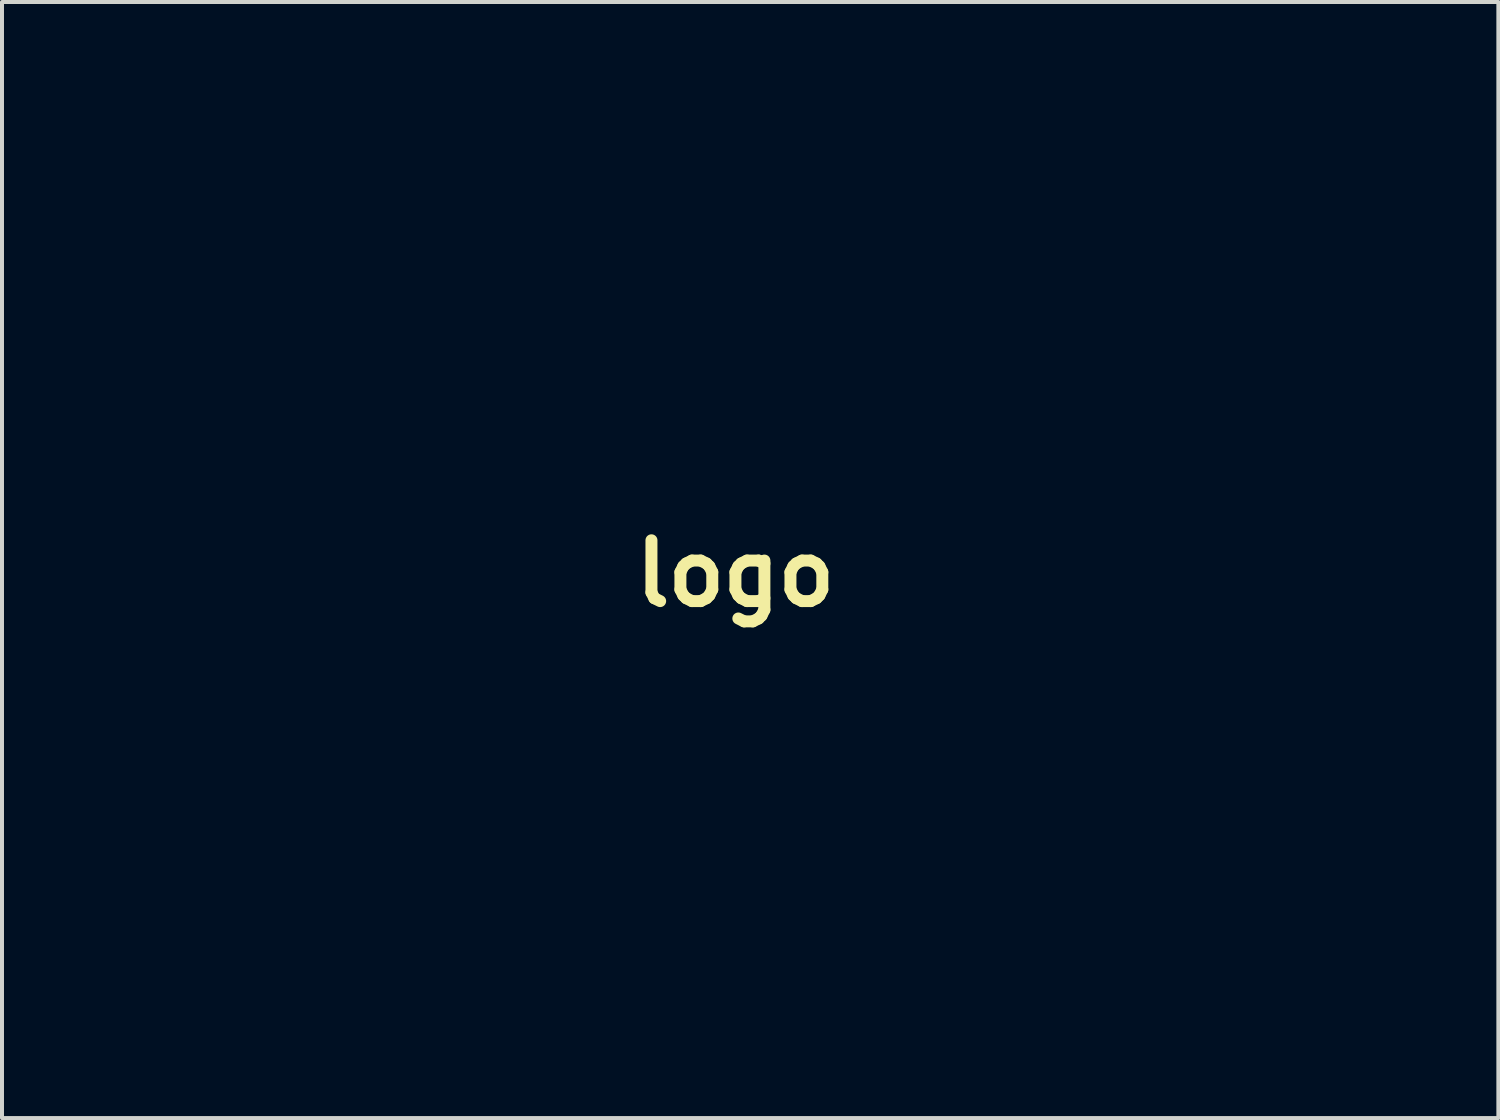
<source format=kicad_pcb>
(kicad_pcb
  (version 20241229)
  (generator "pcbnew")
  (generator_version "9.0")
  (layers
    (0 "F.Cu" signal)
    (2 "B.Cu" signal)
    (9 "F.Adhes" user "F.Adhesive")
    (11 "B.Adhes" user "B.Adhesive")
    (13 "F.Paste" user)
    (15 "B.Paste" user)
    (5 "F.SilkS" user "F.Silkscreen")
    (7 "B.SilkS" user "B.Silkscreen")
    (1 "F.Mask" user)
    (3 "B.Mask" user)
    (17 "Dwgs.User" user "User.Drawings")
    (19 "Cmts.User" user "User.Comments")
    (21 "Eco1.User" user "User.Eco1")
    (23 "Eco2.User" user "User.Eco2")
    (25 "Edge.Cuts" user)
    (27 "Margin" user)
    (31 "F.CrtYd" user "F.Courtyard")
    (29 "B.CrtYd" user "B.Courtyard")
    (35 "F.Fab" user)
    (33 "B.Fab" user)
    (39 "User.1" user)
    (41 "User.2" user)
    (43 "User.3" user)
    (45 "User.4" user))
  (footprint "logo"
    (layer "F.Cu")
    (at 15.381 11.325)
    (property "Reference" "logo" (at 0 0 0) (layer "F.SilkS") (effects (font (size 1.524 1.524) (thickness 0.3))))
    (attr through_hole)
    (fp_poly (pts (xy -14.422 5.771) (xy -14.436 5.786) (xy -14.45 5.771) (xy -14.436 5.757) (xy -14.422 5.771)) (stroke (width 0.01) (type solid)) (fill no) (layer "Eco2.User"))
    (fp_poly (pts (xy -14.422 5.997) (xy -14.436 6.011) (xy -14.45 5.997) (xy -14.436 5.983) (xy -14.422 5.997)) (stroke (width 0.01) (type solid)) (fill no) (layer "Eco2.User"))
    (fp_poly (pts (xy -14.422 6.223) (xy -14.436 6.237) (xy -14.45 6.223) (xy -14.436 6.209) (xy -14.422 6.223)) (stroke (width 0.01) (type solid)) (fill no) (layer "Eco2.User"))
    (fp_poly (pts (xy -14.422 6.336) (xy -14.436 6.35) (xy -14.45 6.336) (xy -14.436 6.322) (xy -14.422 6.336)) (stroke (width 0.01) (type solid)) (fill no) (layer "Eco2.User"))
    (fp_poly (pts (xy -14.422 6.562) (xy -14.436 6.576) (xy -14.45 6.562) (xy -14.436 6.548) (xy -14.422 6.562)) (stroke (width 0.01) (type solid)) (fill no) (layer "Eco2.User"))
    (fp_poly (pts (xy -14.422 6.787) (xy -14.436 6.802) (xy -14.45 6.787) (xy -14.436 6.773) (xy -14.422 6.787)) (stroke (width 0.01) (type solid)) (fill no) (layer "Eco2.User"))
    (fp_poly (pts (xy -14.422 6.9) (xy -14.436 6.914) (xy -14.45 6.9) (xy -14.436 6.886) (xy -14.422 6.9)) (stroke (width 0.01) (type solid)) (fill no) (layer "Eco2.User"))
    (fp_poly (pts (xy -14.422 7.352) (xy -14.436 7.366) (xy -14.45 7.352) (xy -14.436 7.338) (xy -14.422 7.352)) (stroke (width 0.01) (type solid)) (fill no) (layer "Eco2.User"))
    (fp_poly (pts (xy -14.422 7.578) (xy -14.436 7.592) (xy -14.45 7.578) (xy -14.436 7.564) (xy -14.422 7.578)) (stroke (width 0.01) (type solid)) (fill no) (layer "Eco2.User"))
    (fp_poly (pts (xy -14.422 7.916) (xy -14.436 7.93) (xy -14.45 7.916) (xy -14.436 7.902) (xy -14.422 7.916)) (stroke (width 0.01) (type solid)) (fill no) (layer "Eco2.User"))
    (fp_poly (pts (xy -14.422 8.142) (xy -14.436 8.156) (xy -14.45 8.142) (xy -14.436 8.128) (xy -14.422 8.142)) (stroke (width 0.01) (type solid)) (fill no) (layer "Eco2.User"))
    (fp_poly (pts (xy -14.422 8.481) (xy -14.436 8.495) (xy -14.45 8.481) (xy -14.436 8.467) (xy -14.422 8.481)) (stroke (width 0.01) (type solid)) (fill no) (layer "Eco2.User"))
    (fp_poly (pts (xy -14.422 8.707) (xy -14.436 8.721) (xy -14.45 8.707) (xy -14.436 8.692) (xy -14.422 8.707)) (stroke (width 0.01) (type solid)) (fill no) (layer "Eco2.User"))
    (fp_poly (pts (xy -14.422 8.932) (xy -14.436 8.946) (xy -14.45 8.932) (xy -14.436 8.918) (xy -14.422 8.932)) (stroke (width 0.01) (type solid)) (fill no) (layer "Eco2.User"))
    (fp_poly (pts (xy -14.422 9.045) (xy -14.436 9.059) (xy -14.45 9.045) (xy -14.436 9.031) (xy -14.422 9.045)) (stroke (width 0.01) (type solid)) (fill no) (layer "Eco2.User"))
    (fp_poly (pts (xy -14.422 9.271) (xy -14.436 9.285) (xy -14.45 9.271) (xy -14.436 9.257) (xy -14.422 9.271)) (stroke (width 0.01) (type solid)) (fill no) (layer "Eco2.User"))
    (fp_poly (pts (xy -7.874 8.876) (xy -7.888 8.89) (xy -7.902 8.876) (xy -7.888 8.862) (xy -7.874 8.876)) (stroke (width 0.01) (type solid)) (fill no) (layer "Eco2.User"))
    (fp_poly (pts (xy -3.584 10.626) (xy -3.598 10.64) (xy -3.612 10.626) (xy -3.598 10.612) (xy -3.584 10.626)) (stroke (width 0.01) (type solid)) (fill no) (layer "Eco2.User"))
    (fp_poly (pts (xy -3.02 10.061) (xy -3.034 10.075) (xy -3.048 10.061) (xy -3.034 10.047) (xy -3.02 10.061)) (stroke (width 0.01) (type solid)) (fill no) (layer "Eco2.User"))
    (fp_poly (pts (xy 4.318 -2.131) (xy 4.304 -2.117) (xy 4.29 -2.131) (xy 4.304 -2.145) (xy 4.318 -2.131)) (stroke (width 0.01) (type solid)) (fill no) (layer "Eco2.User"))
    (fp_poly (pts (xy 4.657 -5.179) (xy 4.643 -5.165) (xy 4.628 -5.179) (xy 4.643 -5.193) (xy 4.657 -5.179)) (stroke (width 0.01) (type solid)) (fill no) (layer "Eco2.User"))
    (fp_poly (pts (xy 5.221 -4.191) (xy 5.207 -4.177) (xy 5.193 -4.191) (xy 5.207 -4.205) (xy 5.221 -4.191)) (stroke (width 0.01) (type solid)) (fill no) (layer "Eco2.User"))
    (fp_poly (pts (xy 5.221 9.61) (xy 5.207 9.624) (xy 5.193 9.61) (xy 5.207 9.596) (xy 5.221 9.61)) (stroke (width 0.01) (type solid)) (fill no) (layer "Eco2.User"))
    (fp_poly (pts (xy 12.559 -2.469) (xy 12.545 -2.455) (xy 12.531 -2.469) (xy 12.545 -2.484) (xy 12.559 -2.469)) (stroke (width 0.01) (type solid)) (fill no) (layer "Eco2.User"))
    (fp_poly (pts (xy 13.236 -3.824) (xy 13.222 -3.81) (xy 13.208 -3.824) (xy 13.222 -3.838) (xy 13.236 -3.824)) (stroke (width 0.01) (type solid)) (fill no) (layer "Eco2.User"))
    (fp_poly (pts (xy 13.236 -3.485) (xy 13.222 -3.471) (xy 13.208 -3.485) (xy 13.222 -3.5) (xy 13.236 -3.485)) (stroke (width 0.01) (type solid)) (fill no) (layer "Eco2.User"))
    (fp_poly (pts (xy 10.208 -3.929) (xy 10.349 -3.879) (xy 10.432 -3.835) (xy 10.491 -3.795) (xy 10.511 -3.773) (xy 10.519 -3.731) (xy 10.531 -3.648) (xy 10.546 -3.541) (xy 10.551 -3.506) (xy 10.601 -3.26) (xy 10.684 -3.048) (xy 10.773 -2.899) (xy 10.846 -2.792) (xy 10.787 -2.673) (xy 10.689 -2.528) (xy 10.553 -2.393) (xy 10.397 -2.288) (xy 10.388 -2.283) (xy 10.278 -2.245) (xy 10.134 -2.219) (xy 9.977 -2.207) (xy 9.829 -2.211) (xy 9.712 -2.232) (xy 9.529 -2.316) (xy 9.366 -2.448) (xy 9.232 -2.617) (xy 9.196 -2.681) (xy 9.163 -2.753) (xy 9.143 -2.826) (xy 9.133 -2.919) (xy 9.13 -3.047) (xy 9.13 -3.076) (xy 9.132 -3.21) (xy 9.14 -3.305) (xy 9.157 -3.38) (xy 9.187 -3.451) (xy 9.205 -3.485) (xy 9.305 -3.636) (xy 9.437 -3.76) (xy 9.614 -3.869) (xy 9.621 -3.872) (xy 9.806 -3.937) (xy 10.007 -3.956) (xy 10.208 -3.929)) (stroke (width 0.01) (type solid)) (fill no) (layer "Eco2.User"))
    (fp_poly (pts (xy 14.102 -7.675) (xy 14.309 -7.666) (xy 14.476 -7.637) (xy 14.621 -7.582) (xy 14.759 -7.496) (xy 14.868 -7.407) (xy 15.044 -7.225) (xy 15.168 -7.031) (xy 15.244 -6.816) (xy 15.277 -6.572) (xy 15.278 -6.46) (xy 15.272 -6.319) (xy 15.255 -6.212) (xy 15.225 -6.114) (xy 15.198 -6.051) (xy 15.147 -5.953) (xy 15.082 -5.849) (xy 15.013 -5.75) (xy 14.949 -5.671) (xy 14.9 -5.624) (xy 14.891 -5.62) (xy 14.853 -5.593) (xy 14.82 -5.563) (xy 14.738 -5.503) (xy 14.619 -5.442) (xy 14.481 -5.388) (xy 14.34 -5.348) (xy 14.28 -5.336) (xy 14.168 -5.318) (xy 14.088 -5.311) (xy 14.019 -5.314) (xy 13.937 -5.327) (xy 13.843 -5.348) (xy 13.593 -5.429) (xy 13.376 -5.555) (xy 13.195 -5.719) (xy 13.053 -5.916) (xy 12.956 -6.142) (xy 12.907 -6.392) (xy 12.903 -6.587) (xy 12.944 -6.835) (xy 13.035 -7.064) (xy 13.173 -7.267) (xy 13.354 -7.441) (xy 13.574 -7.579) (xy 13.651 -7.614) (xy 13.731 -7.644) (xy 13.813 -7.662) (xy 13.913 -7.672) (xy 14.048 -7.675) (xy 14.102 -7.675)) (stroke (width 0.01) (type solid)) (fill no) (layer "Eco2.User"))
    (fp_poly (pts (xy 6.252 -7.765) (xy 6.333 -7.734) (xy 6.391 -7.707) (xy 6.481 -7.661) (xy 6.547 -7.62) (xy 6.575 -7.594) (xy 6.576 -7.592) (xy 6.598 -7.566) (xy 6.611 -7.564) (xy 6.651 -7.542) (xy 6.709 -7.485) (xy 6.775 -7.407) (xy 6.838 -7.321) (xy 6.887 -7.241) (xy 6.913 -7.182) (xy 6.915 -7.17) (xy 6.927 -7.114) (xy 6.955 -7.049) (xy 7.007 -6.896) (xy 7.017 -6.716) (xy 6.984 -6.507) (xy 6.926 -6.312) (xy 6.88 -6.22) (xy 6.805 -6.115) (xy 6.712 -6.006) (xy 6.611 -5.903) (xy 6.51 -5.816) (xy 6.421 -5.755) (xy 6.352 -5.729) (xy 6.348 -5.729) (xy 6.291 -5.719) (xy 6.214 -5.693) (xy 6.199 -5.687) (xy 6.099 -5.661) (xy 5.968 -5.649) (xy 5.83 -5.65) (xy 5.706 -5.665) (xy 5.63 -5.688) (xy 5.556 -5.716) (xy 5.498 -5.728) (xy 5.418 -5.752) (xy 5.32 -5.815) (xy 5.213 -5.908) (xy 5.106 -6.019) (xy 5.01 -6.141) (xy 4.934 -6.263) (xy 4.922 -6.289) (xy 4.885 -6.372) (xy 4.872 -6.432) (xy 4.89 -6.48) (xy 4.943 -6.527) (xy 5.037 -6.585) (xy 5.09 -6.615) (xy 5.348 -6.786) (xy 5.594 -7) (xy 5.815 -7.242) (xy 5.997 -7.501) (xy 6.028 -7.554) (xy 6.094 -7.668) (xy 6.145 -7.737) (xy 6.194 -7.768) (xy 6.252 -7.765)) (stroke (width 0.01) (type solid)) (fill no) (layer "Eco2.User"))
    (fp_poly (pts (xy 2.588 0.162) (xy 2.808 0.247) (xy 3.008 0.379) (xy 3.183 0.554) (xy 3.28 0.691) (xy 3.354 0.843) (xy 3.397 1.008) (xy 3.412 1.203) (xy 3.41 1.317) (xy 3.38 1.552) (xy 3.308 1.755) (xy 3.19 1.936) (xy 3.102 2.031) (xy 2.961 2.155) (xy 2.826 2.242) (xy 2.673 2.302) (xy 2.59 2.325) (xy 2.39 2.361) (xy 2.202 2.361) (xy 2.001 2.324) (xy 1.99 2.321) (xy 1.899 2.295) (xy 1.832 2.272) (xy 1.806 2.257) (xy 1.774 2.233) (xy 1.712 2.196) (xy 1.695 2.188) (xy 1.591 2.116) (xy 1.486 2.013) (xy 1.388 1.893) (xy 1.309 1.767) (xy 1.257 1.65) (xy 1.242 1.569) (xy 1.231 1.509) (xy 1.214 1.482) (xy 1.2 1.447) (xy 1.19 1.371) (xy 1.186 1.268) (xy 1.185 1.242) (xy 1.189 1.135) (xy 1.198 1.051) (xy 1.21 1.005) (xy 1.214 1.002) (xy 1.235 0.963) (xy 1.242 0.911) (xy 1.256 0.843) (xy 1.292 0.756) (xy 1.315 0.713) (xy 1.372 0.628) (xy 1.444 0.537) (xy 1.52 0.451) (xy 1.59 0.383) (xy 1.644 0.344) (xy 1.66 0.339) (xy 1.691 0.322) (xy 1.693 0.313) (xy 1.718 0.291) (xy 1.781 0.256) (xy 1.871 0.215) (xy 1.884 0.21) (xy 2.12 0.141) (xy 2.357 0.126) (xy 2.588 0.162)) (stroke (width 0.01) (type solid)) (fill no) (layer "Eco2.User"))
    (fp_poly (pts (xy 8.126 -2.256) (xy 8.15 -2.242) (xy 8.213 -2.198) (xy 8.213 1.705) (xy 8.213 2.253) (xy 8.213 2.748) (xy 8.212 3.191) (xy 8.212 3.587) (xy 8.211 3.938) (xy 8.211 4.246) (xy 8.21 4.514) (xy 8.208 4.745) (xy 8.207 4.942) (xy 8.205 5.108) (xy 8.202 5.245) (xy 8.199 5.357) (xy 8.196 5.445) (xy 8.192 5.514) (xy 8.188 5.564) (xy 8.183 5.601) (xy 8.177 5.625) (xy 8.171 5.641) (xy 8.165 5.65) (xy 8.163 5.651) (xy 8.069 5.706) (xy 7.97 5.706) (xy 7.917 5.685) (xy 7.853 5.645) (xy 7.812 5.609) (xy 7.812 5.608) (xy 7.809 5.576) (xy 7.807 5.491) (xy 7.804 5.356) (xy 7.802 5.174) (xy 7.8 4.95) (xy 7.798 4.684) (xy 7.796 4.383) (xy 7.794 4.047) (xy 7.793 3.681) (xy 7.792 3.288) (xy 7.791 2.872) (xy 7.79 2.434) (xy 7.79 1.98) (xy 7.79 1.7) (xy 7.79 1.155) (xy 7.79 0.664) (xy 7.79 0.223) (xy 7.79 -0.169) (xy 7.79 -0.517) (xy 7.791 -0.822) (xy 7.792 -1.087) (xy 7.793 -1.316) (xy 7.795 -1.511) (xy 7.797 -1.675) (xy 7.799 -1.811) (xy 7.802 -1.921) (xy 7.805 -2.009) (xy 7.809 -2.077) (xy 7.813 -2.128) (xy 7.818 -2.165) (xy 7.824 -2.191) (xy 7.83 -2.208) (xy 7.837 -2.22) (xy 7.845 -2.229) (xy 7.846 -2.23) (xy 7.926 -2.274) (xy 8.028 -2.284) (xy 8.126 -2.256)) (stroke (width 0.01) (type solid)) (fill no) (layer "Eco2.User"))
    (fp_poly (pts (xy 10.567 -11.295) (xy 10.819 -11.224) (xy 11.054 -11.106) (xy 11.262 -10.945) (xy 11.271 -10.935) (xy 11.366 -10.834) (xy 11.449 -10.73) (xy 11.51 -10.635) (xy 11.541 -10.563) (xy 11.543 -10.547) (xy 11.555 -10.506) (xy 11.567 -10.499) (xy 11.598 -10.472) (xy 11.622 -10.396) (xy 11.64 -10.278) (xy 11.65 -10.126) (xy 11.652 -9.947) (xy 11.651 -9.903) (xy 11.645 -9.745) (xy 11.636 -9.628) (xy 11.621 -9.542) (xy 11.599 -9.47) (xy 11.578 -9.42) (xy 11.434 -9.173) (xy 11.259 -8.966) (xy 11.058 -8.803) (xy 10.961 -8.746) (xy 10.836 -8.692) (xy 10.688 -8.647) (xy 10.529 -8.612) (xy 10.374 -8.589) (xy 10.236 -8.58) (xy 10.128 -8.588) (xy 10.075 -8.606) (xy 10.025 -8.624) (xy 9.941 -8.647) (xy 9.871 -8.663) (xy 9.784 -8.685) (xy 9.725 -8.706) (xy 9.708 -8.72) (xy 9.684 -8.744) (xy 9.625 -8.772) (xy 9.608 -8.778) (xy 9.538 -8.809) (xy 9.495 -8.845) (xy 9.492 -8.851) (xy 9.463 -8.886) (xy 9.449 -8.89) (xy 9.412 -8.909) (xy 9.357 -8.956) (xy 9.302 -9.013) (xy 9.264 -9.063) (xy 9.257 -9.082) (xy 9.234 -9.116) (xy 9.217 -9.125) (xy 9.181 -9.161) (xy 9.134 -9.237) (xy 9.081 -9.341) (xy 9.03 -9.461) (xy 8.986 -9.582) (xy 8.961 -9.665) (xy 8.928 -9.83) (xy 8.921 -9.982) (xy 8.939 -10.148) (xy 8.946 -10.191) (xy 8.964 -10.277) (xy 8.983 -10.349) (xy 9.012 -10.424) (xy 9.055 -10.52) (xy 9.098 -10.61) (xy 9.157 -10.705) (xy 9.246 -10.818) (xy 9.352 -10.933) (xy 9.46 -11.036) (xy 9.553 -11.107) (xy 9.79 -11.227) (xy 10.043 -11.298) (xy 10.305 -11.32) (xy 10.567 -11.295)) (stroke (width 0.01) (type solid)) (fill no) (layer "Eco2.User"))
    (fp_poly (pts (xy 0.453 -3.159) (xy 0.568 -3.154) (xy 0.651 -3.144) (xy 0.714 -3.128) (xy 0.758 -3.108) (xy 0.844 -3.064) (xy 0.922 -3.027) (xy 0.931 -3.022) (xy 1.108 -2.914) (xy 1.277 -2.759) (xy 1.4 -2.609) (xy 1.517 -2.398) (xy 1.592 -2.16) (xy 1.623 -1.908) (xy 1.609 -1.653) (xy 1.549 -1.405) (xy 1.5 -1.285) (xy 1.453 -1.201) (xy 1.385 -1.102) (xy 1.306 -0.999) (xy 1.225 -0.903) (xy 1.151 -0.825) (xy 1.091 -0.775) (xy 1.063 -0.762) (xy 1.025 -0.747) (xy 0.966 -0.711) (xy 0.964 -0.71) (xy 0.828 -0.638) (xy 0.657 -0.585) (xy 0.467 -0.55) (xy 0.275 -0.536) (xy 0.095 -0.544) (xy -0.056 -0.577) (xy -0.099 -0.594) (xy -0.175 -0.627) (xy -0.233 -0.646) (xy -0.246 -0.648) (xy -0.297 -0.667) (xy -0.375 -0.714) (xy -0.47 -0.781) (xy -0.568 -0.858) (xy -0.661 -0.938) (xy -0.735 -1.01) (xy -0.781 -1.066) (xy -0.79 -1.089) (xy -0.809 -1.13) (xy -0.847 -1.171) (xy -0.89 -1.226) (xy -0.904 -1.267) (xy -0.916 -1.32) (xy -0.946 -1.396) (xy -0.96 -1.425) (xy -0.991 -1.525) (xy -1.011 -1.662) (xy -1.02 -1.818) (xy -1.017 -1.979) (xy -1.004 -2.126) (xy -0.979 -2.244) (xy -0.96 -2.293) (xy -0.924 -2.367) (xy -0.905 -2.422) (xy -0.903 -2.433) (xy -0.882 -2.496) (xy -0.825 -2.584) (xy -0.743 -2.684) (xy -0.644 -2.789) (xy -0.54 -2.888) (xy -0.439 -2.97) (xy -0.352 -3.027) (xy -0.288 -3.048) (xy -0.244 -3.062) (xy -0.178 -3.096) (xy -0.163 -3.104) (xy -0.117 -3.128) (xy -0.062 -3.144) (xy 0.011 -3.154) (xy 0.116 -3.159) (xy 0.264 -3.161) (xy 0.292 -3.161) (xy 0.453 -3.159)) (stroke (width 0.01) (type solid)) (fill no) (layer "Eco2.User"))
    (fp_poly (pts (xy 7.466 -5.334) (xy 7.608 -5.304) (xy 7.75 -5.261) (xy 7.877 -5.211) (xy 7.973 -5.158) (xy 8.016 -5.122) (xy 8.055 -5.087) (xy 8.073 -5.08) (xy 8.109 -5.06) (xy 8.168 -5.007) (xy 8.241 -4.934) (xy 8.317 -4.851) (xy 8.384 -4.77) (xy 8.415 -4.726) (xy 8.465 -4.638) (xy 8.517 -4.523) (xy 8.552 -4.431) (xy 8.581 -4.337) (xy 8.598 -4.25) (xy 8.605 -4.153) (xy 8.604 -4.027) (xy 8.601 -3.937) (xy 8.593 -3.793) (xy 8.583 -3.687) (xy 8.564 -3.603) (xy 8.535 -3.523) (xy 8.495 -3.434) (xy 8.403 -3.28) (xy 8.284 -3.129) (xy 8.148 -2.991) (xy 8.007 -2.877) (xy 7.872 -2.799) (xy 7.818 -2.779) (xy 7.739 -2.747) (xy 7.691 -2.72) (xy 7.646 -2.702) (xy 7.567 -2.691) (xy 7.446 -2.685) (xy 7.276 -2.683) (xy 7.268 -2.684) (xy 7.114 -2.685) (xy 7.004 -2.69) (xy 6.922 -2.699) (xy 6.855 -2.715) (xy 6.79 -2.741) (xy 6.731 -2.768) (xy 6.613 -2.827) (xy 6.527 -2.876) (xy 6.457 -2.926) (xy 6.383 -2.993) (xy 6.29 -3.085) (xy 6.13 -3.271) (xy 6.024 -3.453) (xy 5.981 -3.584) (xy 5.959 -3.676) (xy 5.933 -3.783) (xy 5.926 -3.81) (xy 5.907 -3.953) (xy 5.912 -4.119) (xy 5.939 -4.281) (xy 5.952 -4.324) (xy 5.978 -4.414) (xy 5.996 -4.492) (xy 6.023 -4.566) (xy 6.054 -4.61) (xy 6.088 -4.658) (xy 6.096 -4.683) (xy 6.116 -4.729) (xy 6.17 -4.801) (xy 6.247 -4.888) (xy 6.337 -4.979) (xy 6.429 -5.066) (xy 6.513 -5.137) (xy 6.58 -5.182) (xy 6.611 -5.193) (xy 6.658 -5.207) (xy 6.724 -5.24) (xy 6.731 -5.245) (xy 6.845 -5.293) (xy 6.997 -5.327) (xy 7.169 -5.345) (xy 7.346 -5.346) (xy 7.466 -5.334)) (stroke (width 0.01) (type solid)) (fill no) (layer "Eco2.User"))
    (fp_poly (pts (xy 11.578 -1.916) (xy 11.67 -1.908) (xy 11.752 -1.893) (xy 11.841 -1.868) (xy 11.887 -1.853) (xy 12.188 -1.73) (xy 12.452 -1.574) (xy 12.672 -1.388) (xy 12.847 -1.175) (xy 12.859 -1.157) (xy 12.912 -1.078) (xy 12.957 -1.014) (xy 12.975 -0.993) (xy 13.006 -0.944) (xy 13.011 -0.922) (xy 13.023 -0.875) (xy 13.05 -0.814) (xy 13.11 -0.658) (xy 13.153 -0.465) (xy 13.177 -0.248) (xy 13.18 -0.024) (xy 13.163 0.191) (xy 13.14 0.318) (xy 13.045 0.606) (xy 12.901 0.873) (xy 12.713 1.114) (xy 12.487 1.323) (xy 12.228 1.494) (xy 12.022 1.59) (xy 11.79 1.662) (xy 11.543 1.705) (xy 11.303 1.718) (xy 11.12 1.702) (xy 10.943 1.661) (xy 10.746 1.595) (xy 10.55 1.513) (xy 10.379 1.426) (xy 10.343 1.404) (xy 10.287 1.36) (xy 10.205 1.285) (xy 10.11 1.192) (xy 10.012 1.092) (xy 9.923 0.995) (xy 9.853 0.913) (xy 9.813 0.859) (xy 9.812 0.857) (xy 9.769 0.775) (xy 9.735 0.706) (xy 9.702 0.634) (xy 9.661 0.545) (xy 9.651 0.522) (xy 9.608 0.392) (xy 9.577 0.223) (xy 9.559 0.03) (xy 9.555 -0.172) (xy 9.568 -0.366) (xy 9.569 -0.374) (xy 9.588 -0.506) (xy 9.613 -0.62) (xy 9.649 -0.731) (xy 9.702 -0.854) (xy 9.777 -1.006) (xy 9.81 -1.069) (xy 9.869 -1.158) (xy 9.958 -1.266) (xy 10.064 -1.38) (xy 10.174 -1.484) (xy 10.254 -1.55) (xy 10.365 -1.627) (xy 10.479 -1.699) (xy 10.583 -1.757) (xy 10.665 -1.795) (xy 10.707 -1.806) (xy 10.755 -1.818) (xy 10.826 -1.848) (xy 10.84 -1.855) (xy 10.903 -1.878) (xy 10.991 -1.894) (xy 11.116 -1.906) (xy 11.287 -1.913) (xy 11.303 -1.914) (xy 11.461 -1.917) (xy 11.578 -1.916)) (stroke (width 0.01) (type solid)) (fill no) (layer "Eco2.User"))
    (fp_poly (pts (xy 14.933 -3.66) (xy 15.124 -3.639) (xy 15.288 -3.6) (xy 15.368 -3.567) (xy 15.467 -3.513) (xy 15.573 -3.447) (xy 15.674 -3.377) (xy 15.758 -3.311) (xy 15.815 -3.257) (xy 15.832 -3.226) (xy 15.854 -3.183) (xy 15.872 -3.169) (xy 15.902 -3.135) (xy 15.947 -3.062) (xy 15.999 -2.966) (xy 16.013 -2.938) (xy 16.058 -2.843) (xy 16.087 -2.768) (xy 16.104 -2.695) (xy 16.112 -2.609) (xy 16.115 -2.491) (xy 16.115 -2.413) (xy 16.114 -2.272) (xy 16.109 -2.172) (xy 16.097 -2.094) (xy 16.075 -2.023) (xy 16.039 -1.943) (xy 16.019 -1.9) (xy 15.904 -1.712) (xy 15.756 -1.535) (xy 15.588 -1.388) (xy 15.479 -1.317) (xy 15.266 -1.225) (xy 15.03 -1.174) (xy 14.791 -1.163) (xy 14.565 -1.197) (xy 14.555 -1.199) (xy 14.401 -1.251) (xy 14.254 -1.317) (xy 14.135 -1.388) (xy 14.116 -1.402) (xy 14.038 -1.47) (xy 13.954 -1.552) (xy 13.876 -1.638) (xy 13.814 -1.716) (xy 13.778 -1.773) (xy 13.772 -1.79) (xy 13.755 -1.829) (xy 13.728 -1.865) (xy 13.704 -1.913) (xy 13.678 -2.002) (xy 13.652 -2.116) (xy 13.643 -2.171) (xy 13.623 -2.306) (xy 13.616 -2.411) (xy 13.62 -2.511) (xy 13.637 -2.629) (xy 13.644 -2.672) (xy 13.667 -2.787) (xy 13.693 -2.885) (xy 13.717 -2.949) (xy 13.724 -2.96) (xy 13.763 -3.02) (xy 13.795 -3.083) (xy 13.827 -3.138) (xy 13.857 -3.161) (xy 13.884 -3.183) (xy 13.885 -3.191) (xy 13.905 -3.231) (xy 13.953 -3.288) (xy 14.011 -3.343) (xy 14.062 -3.38) (xy 14.081 -3.387) (xy 14.11 -3.404) (xy 14.111 -3.411) (xy 14.135 -3.44) (xy 14.2 -3.481) (xy 14.291 -3.528) (xy 14.395 -3.575) (xy 14.499 -3.615) (xy 14.587 -3.641) (xy 14.746 -3.661) (xy 14.933 -3.66)) (stroke (width 0.01) (type solid)) (fill no) (layer "Eco2.User"))
    (fp_poly (pts (xy -9.213 -1.353) (xy -9.119 -1.349) (xy -9.055 -1.339) (xy -9.009 -1.32) (xy -8.967 -1.291) (xy -8.961 -1.287) (xy -8.876 -1.219) (xy -8.867 1.26) (xy -8.866 1.716) (xy -8.865 2.119) (xy -8.864 2.472) (xy -8.864 2.778) (xy -8.865 3.042) (xy -8.866 3.266) (xy -8.868 3.454) (xy -8.871 3.61) (xy -8.875 3.736) (xy -8.879 3.836) (xy -8.885 3.913) (xy -8.892 3.971) (xy -8.899 4.014) (xy -8.908 4.044) (xy -8.918 4.064) (xy -8.958 4.084) (xy -9.041 4.1) (xy -9.155 4.112) (xy -9.286 4.118) (xy -9.422 4.12) (xy -9.55 4.116) (xy -9.658 4.107) (xy -9.731 4.092) (xy -9.751 4.082) (xy -9.765 4.069) (xy -9.777 4.051) (xy -9.787 4.021) (xy -9.795 3.975) (xy -9.801 3.907) (xy -9.806 3.81) (xy -9.81 3.681) (xy -9.813 3.513) (xy -9.817 3.301) (xy -9.82 3.039) (xy -9.821 2.973) (xy -9.835 1.905) (xy -12.114 1.898) (xy -14.393 1.891) (xy -14.393 2.92) (xy -14.394 3.205) (xy -14.395 3.44) (xy -14.398 3.629) (xy -14.403 3.777) (xy -14.41 3.889) (xy -14.421 3.971) (xy -14.435 4.028) (xy -14.454 4.065) (xy -14.477 4.087) (xy -14.506 4.1) (xy -14.517 4.104) (xy -14.579 4.112) (xy -14.68 4.117) (xy -14.805 4.118) (xy -14.939 4.117) (xy -15.067 4.112) (xy -15.174 4.105) (xy -15.245 4.096) (xy -15.259 4.092) (xy -15.322 4.048) (xy -15.351 4.01) (xy -15.357 3.978) (xy -15.362 3.902) (xy -15.366 3.783) (xy -15.37 3.617) (xy -15.373 3.404) (xy -15.374 3.143) (xy -15.376 2.831) (xy -15.376 2.468) (xy -15.376 2.052) (xy -15.375 1.582) (xy -15.374 1.375) (xy -15.367 -1.204) (xy -15.282 -1.279) (xy -15.242 -1.311) (xy -15.201 -1.332) (xy -15.148 -1.345) (xy -15.069 -1.351) (xy -14.951 -1.353) (xy -14.883 -1.354) (xy -14.746 -1.354) (xy -14.652 -1.35) (xy -14.59 -1.342) (xy -14.546 -1.325) (xy -14.508 -1.298) (xy -14.481 -1.273) (xy -14.393 -1.191) (xy -14.393 0.903) (xy -12.114 0.896) (xy -9.835 0.889) (xy -9.828 -0.175) (xy -9.821 -1.238) (xy -9.739 -1.297) (xy -9.695 -1.323) (xy -9.642 -1.34) (xy -9.568 -1.35) (xy -9.46 -1.354) (xy -9.351 -1.355) (xy -9.213 -1.353)) (stroke (width 0.01) (type solid)) (fill no) (layer "Eco2.User"))
    (fp_poly (pts (xy -5.237 -0.225) (xy -4.803 -0.225) (xy -4.421 -0.225) (xy -4.089 -0.224) (xy -3.802 -0.224) (xy -3.558 -0.223) (xy -3.351 -0.221) (xy -3.18 -0.219) (xy -3.039 -0.217) (xy -2.926 -0.214) (xy -2.837 -0.21) (xy -2.767 -0.205) (xy -2.715 -0.2) (xy -2.675 -0.193) (xy -2.645 -0.186) (xy -2.62 -0.177) (xy -2.6 -0.169) (xy -2.52 -0.136) (xy -2.459 -0.116) (xy -2.443 -0.113) (xy -2.399 -0.094) (xy -2.357 -0.056) (xy -2.306 -0.014) (xy -2.27 0) (xy -2.227 0.022) (xy -2.162 0.081) (xy -2.085 0.167) (xy -2.004 0.269) (xy -1.929 0.375) (xy -1.868 0.476) (xy -1.852 0.508) (xy -1.764 0.691) (xy -1.764 3.233) (xy -1.86 3.427) (xy -1.941 3.565) (xy -2.046 3.703) (xy -2.162 3.828) (xy -2.277 3.924) (xy -2.351 3.969) (xy -2.443 4.015) (xy -2.526 4.059) (xy -2.546 4.068) (xy -2.573 4.076) (xy -2.612 4.082) (xy -2.667 4.088) (xy -2.741 4.093) (xy -2.839 4.097) (xy -2.963 4.1) (xy -3.119 4.103) (xy -3.31 4.105) (xy -3.539 4.106) (xy -3.811 4.108) (xy -4.13 4.109) (xy -4.499 4.109) (xy -4.727 4.11) (xy -5.07 4.11) (xy -5.398 4.11) (xy -5.706 4.11) (xy -5.99 4.11) (xy -6.245 4.109) (xy -6.467 4.108) (xy -6.651 4.107) (xy -6.792 4.105) (xy -6.886 4.104) (xy -6.928 4.102) (xy -6.929 4.102) (xy -7.003 4.082) (xy -7.099 4.046) (xy -7.198 4) (xy -7.283 3.953) (xy -7.338 3.913) (xy -7.346 3.903) (xy -7.382 3.87) (xy -7.396 3.866) (xy -7.429 3.847) (xy -7.485 3.797) (xy -7.54 3.741) (xy -7.662 3.591) (xy -7.754 3.436) (xy -7.817 3.266) (xy -7.854 3.07) (xy -7.87 2.838) (xy -7.868 2.686) (xy -6.914 2.686) (xy -6.909 2.839) (xy -6.892 2.947) (xy -6.857 3.024) (xy -6.802 3.081) (xy -6.767 3.104) (xy -6.747 3.116) (xy -6.724 3.125) (xy -6.694 3.133) (xy -6.652 3.14) (xy -6.595 3.146) (xy -6.517 3.15) (xy -6.416 3.154) (xy -6.286 3.156) (xy -6.123 3.158) (xy -5.924 3.159) (xy -5.684 3.16) (xy -5.398 3.161) (xy -5.062 3.161) (xy -4.821 3.161) (xy -4.492 3.16) (xy -4.182 3.159) (xy -3.895 3.158) (xy -3.634 3.155) (xy -3.406 3.152) (xy -3.215 3.149) (xy -3.065 3.145) (xy -2.961 3.141) (xy -2.907 3.137) (xy -2.902 3.135) (xy -2.832 3.096) (xy -2.773 3.05) (xy -2.746 3.021) (xy -2.728 2.986) (xy -2.717 2.935) (xy -2.712 2.856) (xy -2.71 2.74) (xy -2.709 2.638) (xy -2.709 2.286) (xy -6.802 2.286) (xy -6.858 2.378) (xy -6.89 2.447) (xy -6.908 2.535) (xy -6.914 2.658) (xy -6.914 2.686) (xy -7.868 2.686) (xy -7.867 2.604) (xy -7.857 2.411) (xy -7.841 2.26) (xy -7.815 2.136) (xy -7.775 2.026) (xy -7.718 1.916) (xy -7.654 1.812) (xy -7.495 1.619) (xy -7.298 1.466) (xy -7.061 1.354) (xy -6.93 1.314) (xy -6.89 1.305) (xy -6.84 1.298) (xy -6.775 1.291) (xy -6.691 1.286) (xy -6.584 1.282) (xy -6.45 1.278) (xy -6.284 1.275) (xy -6.084 1.273) (xy -5.844 1.272) (xy -5.561 1.271) (xy -5.231 1.27) (xy -4.85 1.27) (xy -4.735 1.27) (xy -2.709 1.27) (xy -2.709 1.102) (xy -2.714 0.995) (xy -2.733 0.923) (xy -2.771 0.863) (xy -2.777 0.855) (xy -2.846 0.776) (xy -5.306 0.762) (xy -7.766 0.748) (xy -7.82 0.681) (xy -7.844 0.645) (xy -7.859 0.597) (xy -7.868 0.527) (xy -7.873 0.423) (xy -7.874 0.278) (xy -7.873 0.131) (xy -7.869 0.029) (xy -7.86 -0.041) (xy -7.844 -0.09) (xy -7.82 -0.132) (xy -7.812 -0.142) (xy -7.75 -0.226) (xy -5.237 -0.225)) (stroke (width 0.01) (type solid)) (fill no) (layer "Eco2.User")))
  (gr_rect
    (start -3 -3)
    (end 34.501 24.97)
    (stroke (width 0.1) (type default))
    (fill no)
    (layer "Edge.Cuts")))
</source>
